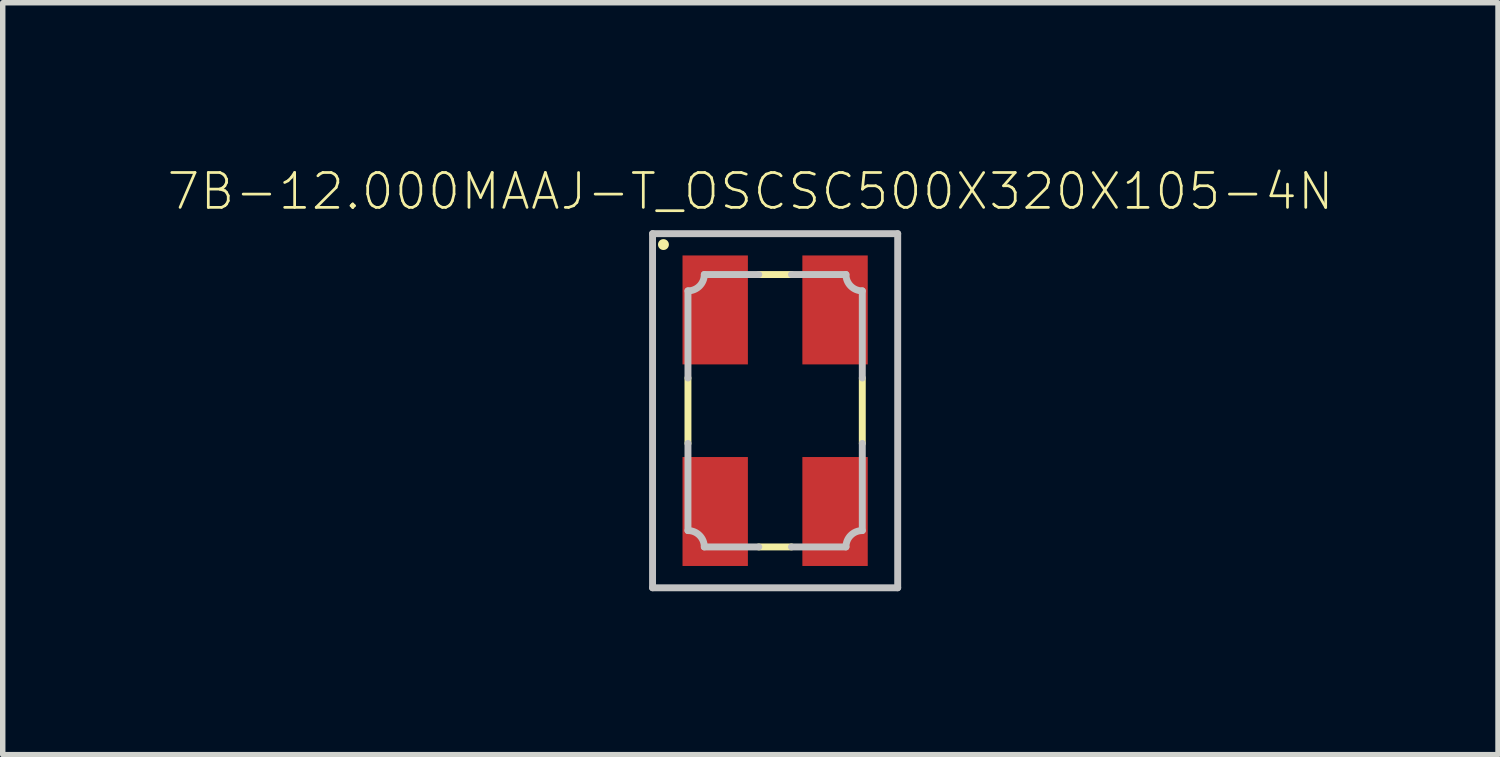
<source format=kicad_pcb>
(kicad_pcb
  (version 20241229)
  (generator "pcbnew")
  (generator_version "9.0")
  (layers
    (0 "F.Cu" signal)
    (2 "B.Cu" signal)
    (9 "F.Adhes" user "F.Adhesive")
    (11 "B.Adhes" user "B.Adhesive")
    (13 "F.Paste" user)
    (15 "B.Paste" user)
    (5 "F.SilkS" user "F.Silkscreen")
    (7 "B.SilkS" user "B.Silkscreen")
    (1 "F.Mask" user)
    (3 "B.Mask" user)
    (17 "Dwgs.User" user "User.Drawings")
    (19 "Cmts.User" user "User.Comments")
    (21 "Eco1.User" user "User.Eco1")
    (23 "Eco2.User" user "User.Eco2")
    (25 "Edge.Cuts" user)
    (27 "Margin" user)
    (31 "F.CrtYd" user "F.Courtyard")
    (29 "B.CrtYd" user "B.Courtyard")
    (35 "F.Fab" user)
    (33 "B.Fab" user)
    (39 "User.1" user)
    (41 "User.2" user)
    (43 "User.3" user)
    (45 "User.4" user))
  (footprint "7B-12.000MAAJ-T_OSCSC500X320X105-4N"
    (layer "F.Cu")
    (at 11.178 4.489)
    (property "Reference" "7B-12.000MAAJ-T_OSCSC500X320X105-4N" (at -0.454 -4.026 0) (layer "F.SilkS") (effects (font (size 0.64 0.64) (thickness 0.05))))
    (attr smd)
    (fp_line (start -1.6 -0.6) (end -1.6 0.6) (stroke (width 0.127) (type solid)) (layer "F.SilkS"))
    (fp_line (start 0.3 -2.5) (end -0.3 -2.5) (stroke (width 0.127) (type solid)) (layer "F.SilkS"))
    (fp_line (start 0.3 2.5) (end -0.3 2.5) (stroke (width 0.127) (type solid)) (layer "F.SilkS"))
    (fp_line (start 1.6 -0.6) (end 1.6 0.6) (stroke (width 0.127) (type solid)) (layer "F.SilkS"))
    (fp_circle (center -2.05 -3.05) (end -1.95 -3.05) (stroke (width 0) (type solid)) (fill yes) (layer "F.SilkS"))
    (fp_line (start -2.25 -3.25) (end -2.25 3.25) (stroke (width 0.127) (type solid)) (layer "Dwgs.User"))
    (fp_line (start -2.25 3.25) (end 2.25 3.25) (stroke (width 0.127) (type solid)) (layer "Dwgs.User"))
    (fp_line (start -1.6 -2.2) (end -1.6 -0.6) (stroke (width 0.127) (type solid)) (layer "Dwgs.User"))
    (fp_line (start -1.6 0.6) (end -1.6 2.2) (stroke (width 0.127) (type solid)) (layer "Dwgs.User"))
    (fp_line (start -1.3 2.5) (end -0.3 2.5) (stroke (width 0.127) (type solid)) (layer "Dwgs.User"))
    (fp_line (start -0.3 -2.5) (end -1.3 -2.5) (stroke (width 0.127) (type solid)) (layer "Dwgs.User"))
    (fp_line (start 0.3 -2.5) (end 1.3 -2.5) (stroke (width 0.127) (type solid)) (layer "Dwgs.User"))
    (fp_line (start 1.3 2.5) (end 0.3 2.5) (stroke (width 0.127) (type solid)) (layer "Dwgs.User"))
    (fp_line (start 1.6 -2.2) (end 1.6 -0.6) (stroke (width 0.127) (type solid)) (layer "Dwgs.User"))
    (fp_line (start 1.6 0.6) (end 1.6 2.2) (stroke (width 0.127) (type solid)) (layer "Dwgs.User"))
    (fp_line (start 2.25 -3.25) (end -2.25 -3.25) (stroke (width 0.127) (type solid)) (layer "Dwgs.User"))
    (fp_line (start 2.25 3.25) (end 2.25 -3.25) (stroke (width 0.127) (type solid)) (layer "Dwgs.User"))
    (fp_arc (start -1.6 2.2) (mid -1.387868 2.287868) (end -1.3 2.5) (stroke (width 0.127) (type solid)) (layer "Dwgs.User"))
    (fp_arc (start -1.3 -2.5) (mid -1.387868 -2.287868) (end -1.6 -2.2) (stroke (width 0.127) (type solid)) (layer "Dwgs.User"))
    (fp_arc (start 1.3 2.5) (mid 1.387868 2.287868) (end 1.6 2.2) (stroke (width 0.127) (type solid)) (layer "Dwgs.User"))
    (fp_arc (start 1.6 -2.2) (mid 1.387868 -2.287868) (end 1.3 -2.5) (stroke (width 0.127) (type solid)) (layer "Dwgs.User"))
    (pad "1" smd rect (at -1.1 -1.85 270) (size 2 1.2) (layers "F.Cu" "F.Mask" "F.Paste"))
    (pad "2" smd rect (at -1.1 1.85 270) (size 2 1.2) (layers "F.Cu" "F.Mask" "F.Paste"))
    (pad "3" smd rect (at 1.1 1.85 270) (size 2 1.2) (layers "F.Cu" "F.Mask" "F.Paste"))
    (pad "4" smd rect (at 1.1 -1.85 270) (size 2 1.2) (layers "F.Cu" "F.Mask" "F.Paste")))
  (gr_rect
    (start -3 -3)
    (end 24.447 10.802)
    (stroke (width 0.1) (type default))
    (fill no)
    (layer "Edge.Cuts")))
</source>
